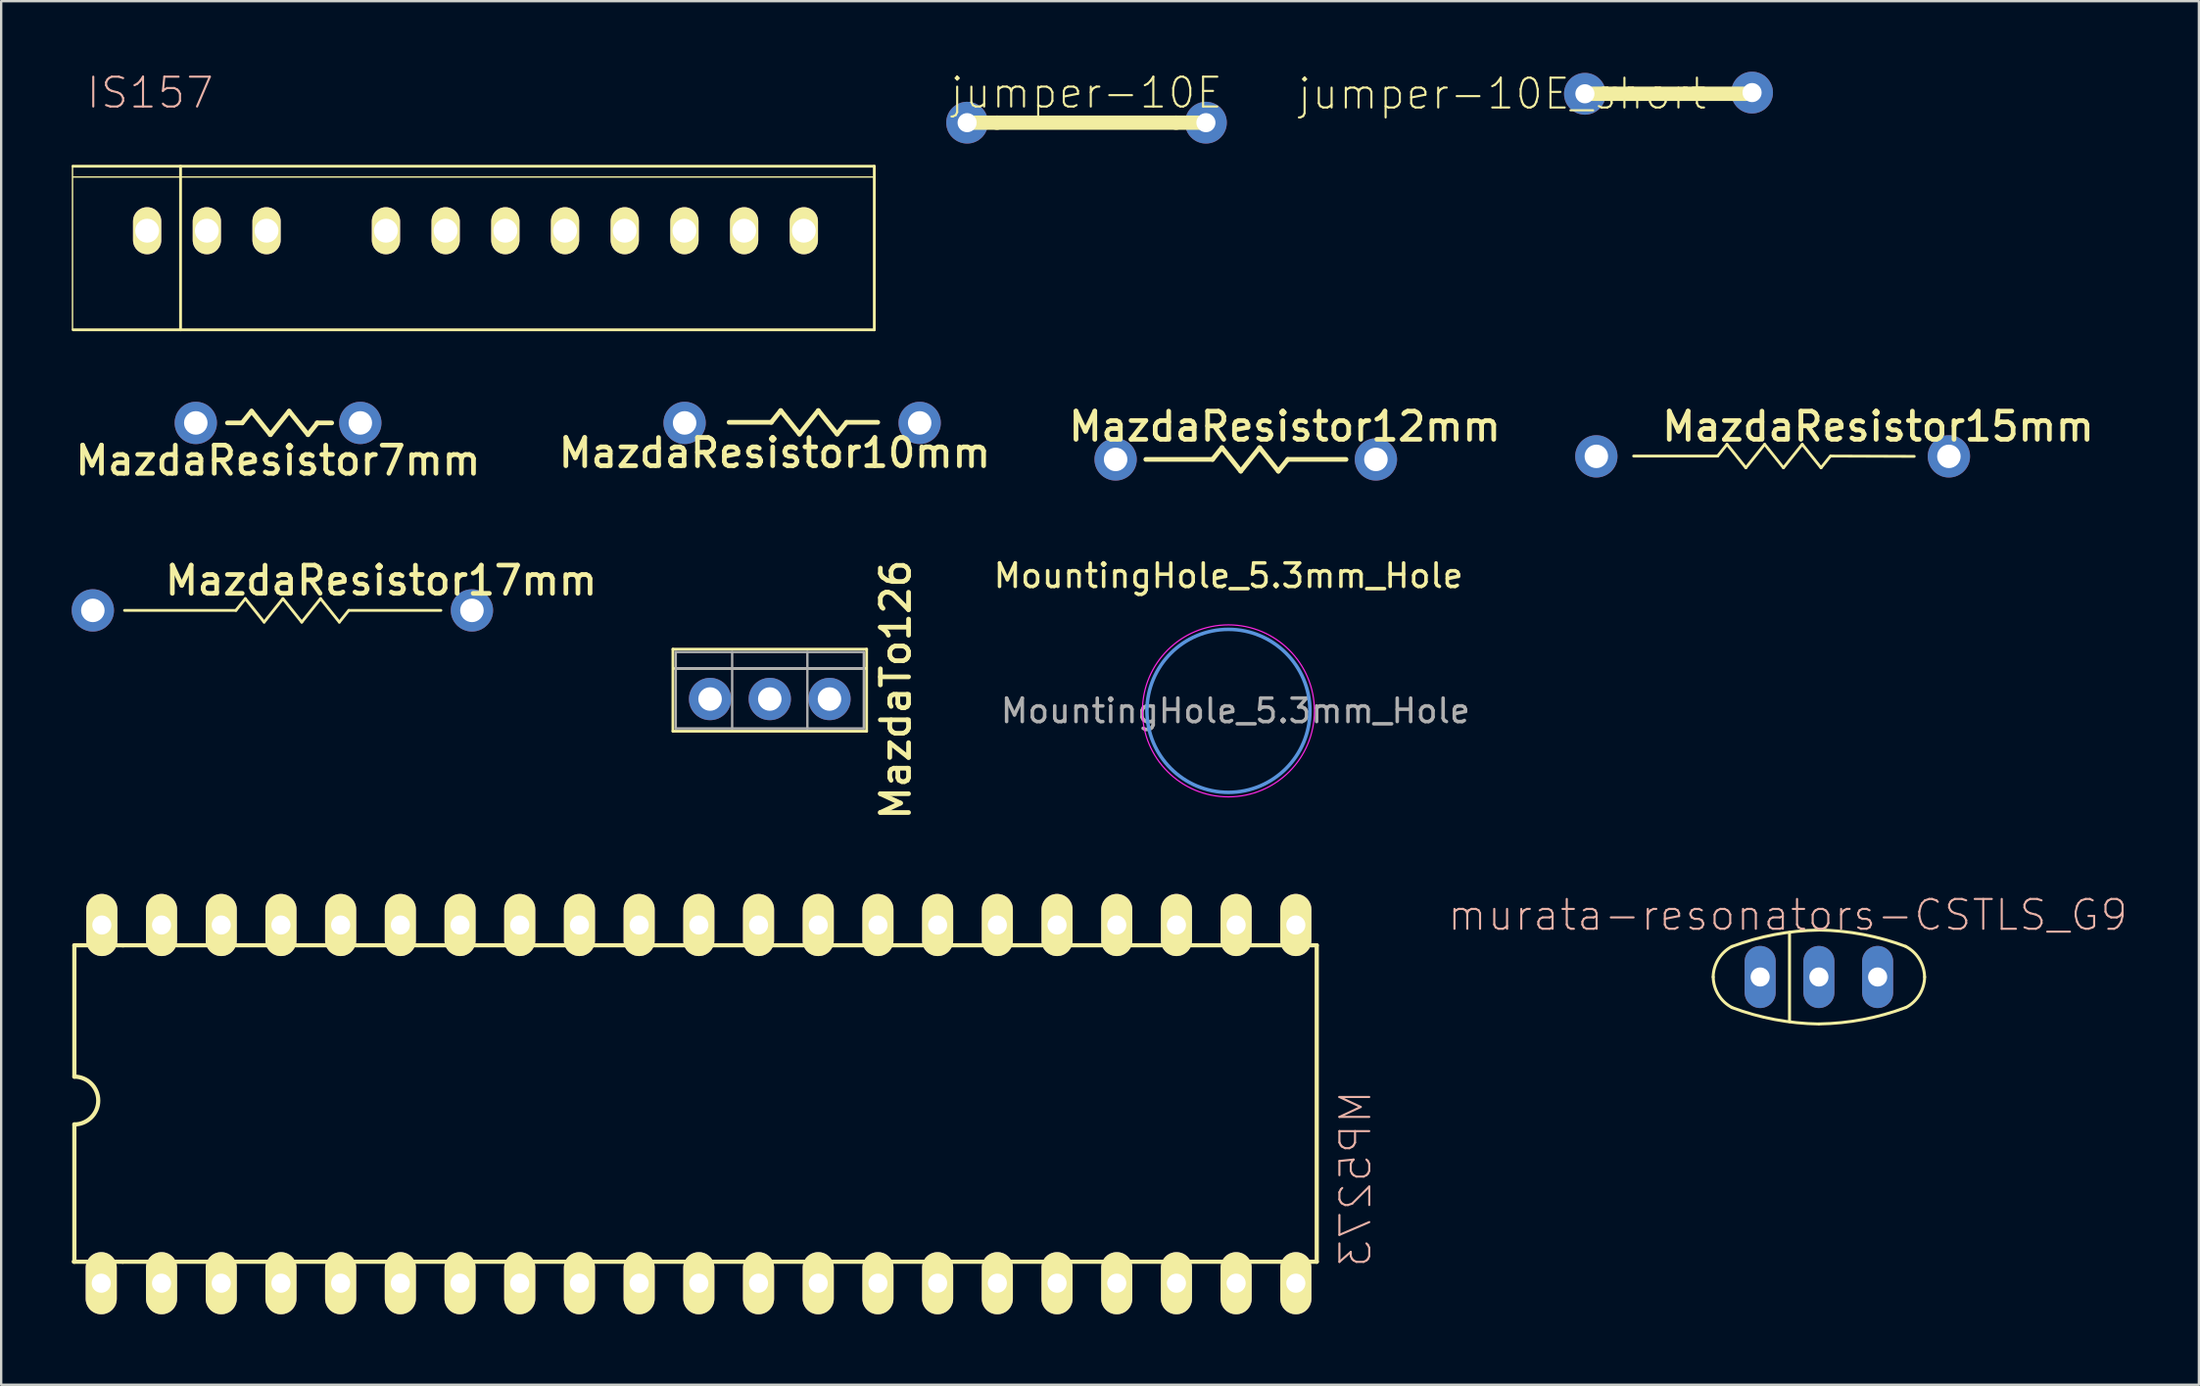
<source format=kicad_pcb>
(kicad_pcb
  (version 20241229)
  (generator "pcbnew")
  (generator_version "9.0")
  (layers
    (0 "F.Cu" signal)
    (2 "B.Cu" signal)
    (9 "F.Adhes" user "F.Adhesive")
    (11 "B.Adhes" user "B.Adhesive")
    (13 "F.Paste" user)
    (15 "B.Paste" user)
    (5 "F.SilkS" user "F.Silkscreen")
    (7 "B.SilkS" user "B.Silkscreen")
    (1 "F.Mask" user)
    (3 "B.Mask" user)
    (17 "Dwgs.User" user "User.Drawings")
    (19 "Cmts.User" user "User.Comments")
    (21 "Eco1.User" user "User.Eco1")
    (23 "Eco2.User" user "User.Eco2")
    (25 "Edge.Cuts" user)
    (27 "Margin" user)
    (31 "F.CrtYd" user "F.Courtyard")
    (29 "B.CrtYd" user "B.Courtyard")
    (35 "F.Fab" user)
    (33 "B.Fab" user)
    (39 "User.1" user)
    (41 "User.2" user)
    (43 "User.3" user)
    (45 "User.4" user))
  (footprint "MP5273"
    (layer "F.Cu")
    (at 37.401 43.925)
    (property "Reference" "MP5273" (at 17.221 3.175 270) (layer "B.SilkS") (effects (font (size 1.27 1.27) (thickness 0.089)) (justify mirror)))
    (attr exclude_from_pos_files exclude_from_bom)
    (fp_line (start -37.287 -6.756) (end -37.287 -1.168) (stroke (width 0.178) (type solid)) (layer "F.SilkS"))
    (fp_line (start -37.287 6.706) (end -37.287 0.864) (stroke (width 0.178) (type solid)) (layer "F.SilkS"))
    (fp_line (start -35.23 -6.756) (end 15.57 -6.756) (stroke (width 0.178) (type solid)) (layer "F.SilkS"))
    (fp_line (start -35.23 6.706) (end -37.313 6.706) (stroke (width 0.178) (type solid)) (layer "F.SilkS"))
    (fp_line (start -35.204 -6.756) (end -37.287 -6.756) (stroke (width 0.178) (type solid)) (layer "F.SilkS"))
    (fp_line (start 15.57 6.706) (end -35.23 6.706) (stroke (width 0.178) (type solid)) (layer "F.SilkS"))
    (fp_line (start 15.57 6.706) (end 15.57 -6.756) (stroke (width 0.178) (type solid)) (layer "F.SilkS"))
    (fp_arc (start -37.2872 -1.1684) (mid -36.2712 -0.1524) (end -37.2872 0.8636) (stroke (width 0.1778) (type solid)) (layer "F.SilkS"))
    (pad "1" thru_hole oval (at 14.681 7.62) (size 1.321 2.642) (drill 0.813) (layers "*.Cu" "F.Mask" "F.SilkS" "F.Paste"))
    (pad "2" thru_hole oval (at 12.141 7.62) (size 1.321 2.642) (drill 0.813) (layers "*.Cu" "F.Mask" "F.SilkS" "F.Paste"))
    (pad "3" thru_hole oval (at 9.601 7.62) (size 1.321 2.642) (drill 0.813) (layers "*.Cu" "F.Mask" "F.SilkS" "F.Paste"))
    (pad "4" thru_hole oval (at 7.061 7.62) (size 1.321 2.642) (drill 0.813) (layers "*.Cu" "F.Mask" "F.SilkS" "F.Paste"))
    (pad "5" thru_hole oval (at 4.521 7.62) (size 1.321 2.642) (drill 0.813) (layers "*.Cu" "F.Mask" "F.SilkS" "F.Paste"))
    (pad "6" thru_hole oval (at 1.981 7.62) (size 1.321 2.642) (drill 0.813) (layers "*.Cu" "F.Mask" "F.SilkS" "F.Paste"))
    (pad "7" thru_hole oval (at -0.559 7.62) (size 1.321 2.642) (drill 0.813) (layers "*.Cu" "F.Mask" "F.SilkS" "F.Paste"))
    (pad "8" thru_hole oval (at -3.099 7.62) (size 1.321 2.642) (drill 0.813) (layers "*.Cu" "F.Mask" "F.SilkS" "F.Paste"))
    (pad "9" thru_hole oval (at -5.639 7.62) (size 1.321 2.642) (drill 0.813) (layers "*.Cu" "F.Mask" "F.SilkS" "F.Paste"))
    (pad "10" thru_hole oval (at -8.179 7.62) (size 1.321 2.642) (drill 0.813) (layers "*.Cu" "F.Mask" "F.SilkS" "F.Paste"))
    (pad "11" thru_hole oval (at -10.719 7.62) (size 1.321 2.642) (drill 0.813) (layers "*.Cu" "F.Mask" "F.SilkS" "F.Paste"))
    (pad "12" thru_hole oval (at -13.259 7.62) (size 1.321 2.642) (drill 0.813) (layers "*.Cu" "F.Mask" "F.SilkS" "F.Paste"))
    (pad "13" thru_hole oval (at -15.799 7.62) (size 1.321 2.642) (drill 0.813) (layers "*.Cu" "F.Mask" "F.SilkS" "F.Paste"))
    (pad "14" thru_hole oval (at -18.339 7.62) (size 1.321 2.642) (drill 0.813) (layers "*.Cu" "F.Mask" "F.SilkS" "F.Paste"))
    (pad "15" thru_hole oval (at -20.879 7.62) (size 1.321 2.642) (drill 0.813) (layers "*.Cu" "F.Mask" "F.SilkS" "F.Paste"))
    (pad "16" thru_hole oval (at -23.419 7.62) (size 1.321 2.642) (drill 0.813) (layers "*.Cu" "F.Mask" "F.SilkS" "F.Paste"))
    (pad "17" thru_hole oval (at -25.959 7.62) (size 1.321 2.642) (drill 0.813) (layers "*.Cu" "F.Mask" "F.SilkS" "F.Paste"))
    (pad "18" thru_hole oval (at -28.499 7.62) (size 1.321 2.642) (drill 0.813) (layers "*.Cu" "F.Mask" "F.SilkS" "F.Paste"))
    (pad "19" thru_hole oval (at -31.039 7.62) (size 1.321 2.642) (drill 0.813) (layers "*.Cu" "F.Mask" "F.SilkS" "F.Paste"))
    (pad "20" thru_hole oval (at -33.579 7.62) (size 1.321 2.642) (drill 0.813) (layers "*.Cu" "F.Mask" "F.SilkS" "F.Paste"))
    (pad "21" thru_hole oval (at -36.144 7.62) (size 1.321 2.642) (drill 0.813) (layers "*.Cu" "F.Mask" "F.SilkS" "F.Paste"))
    (pad "22" thru_hole oval (at -36.119 -7.62) (size 1.321 2.642) (drill 0.813) (layers "*.Cu" "F.Mask" "F.SilkS" "F.Paste"))
    (pad "23" thru_hole oval (at -33.579 -7.62) (size 1.321 2.642) (drill 0.813) (layers "*.Cu" "F.Mask" "F.SilkS" "F.Paste"))
    (pad "24" thru_hole oval (at -31.039 -7.62) (size 1.321 2.642) (drill 0.813) (layers "*.Cu" "F.Mask" "F.SilkS" "F.Paste"))
    (pad "25" thru_hole oval (at -28.499 -7.62) (size 1.321 2.642) (drill 0.813) (layers "*.Cu" "F.Mask" "F.SilkS" "F.Paste"))
    (pad "26" thru_hole oval (at -25.959 -7.62) (size 1.321 2.642) (drill 0.813) (layers "*.Cu" "F.Mask" "F.SilkS" "F.Paste"))
    (pad "27" thru_hole oval (at -23.419 -7.62) (size 1.321 2.642) (drill 0.813) (layers "*.Cu" "F.Mask" "F.SilkS" "F.Paste"))
    (pad "28" thru_hole oval (at -20.879 -7.62) (size 1.321 2.642) (drill 0.813) (layers "*.Cu" "F.Mask" "F.SilkS" "F.Paste"))
    (pad "29" thru_hole oval (at -18.339 -7.62) (size 1.321 2.642) (drill 0.813) (layers "*.Cu" "F.Mask" "F.SilkS" "F.Paste"))
    (pad "30" thru_hole oval (at -15.799 -7.62) (size 1.321 2.642) (drill 0.813) (layers "*.Cu" "F.Mask" "F.SilkS" "F.Paste"))
    (pad "31" thru_hole oval (at -13.259 -7.62) (size 1.321 2.642) (drill 0.813) (layers "*.Cu" "F.Mask" "F.SilkS" "F.Paste"))
    (pad "32" thru_hole oval (at -10.719 -7.62) (size 1.321 2.642) (drill 0.813) (layers "*.Cu" "F.Mask" "F.SilkS" "F.Paste"))
    (pad "33" thru_hole oval (at -8.179 -7.62) (size 1.321 2.642) (drill 0.813) (layers "*.Cu" "F.Mask" "F.SilkS" "F.Paste"))
    (pad "34" thru_hole oval (at -5.639 -7.62) (size 1.321 2.642) (drill 0.813) (layers "*.Cu" "F.Mask" "F.SilkS" "F.Paste"))
    (pad "35" thru_hole oval (at -3.099 -7.62) (size 1.321 2.642) (drill 0.813) (layers "*.Cu" "F.Mask" "F.SilkS" "F.Paste"))
    (pad "36" thru_hole oval (at -0.559 -7.62) (size 1.321 2.642) (drill 0.813) (layers "*.Cu" "F.Mask" "F.SilkS" "F.Paste"))
    (pad "37" thru_hole oval (at 1.981 -7.62) (size 1.321 2.642) (drill 0.813) (layers "*.Cu" "F.Mask" "F.SilkS" "F.Paste"))
    (pad "38" thru_hole oval (at 4.521 -7.62) (size 1.321 2.642) (drill 0.813) (layers "*.Cu" "F.Mask" "F.SilkS" "F.Paste"))
    (pad "39" thru_hole oval (at 7.061 -7.62) (size 1.321 2.642) (drill 0.813) (layers "*.Cu" "F.Mask" "F.SilkS" "F.Paste"))
    (pad "40" thru_hole oval (at 9.601 -7.62) (size 1.321 2.642) (drill 0.813) (layers "*.Cu" "F.Mask" "F.SilkS" "F.Paste"))
    (pad "41" thru_hole oval (at 12.141 -7.62) (size 1.321 2.642) (drill 0.813) (layers "*.Cu" "F.Mask" "F.SilkS" "F.Paste"))
    (pad "42" thru_hole oval (at 14.681 -7.62) (size 1.321 2.642) (drill 0.813) (layers "*.Cu" "F.Mask" "F.SilkS" "F.Paste")))
  (footprint "MazdaResistor12mm"
    (layer "F.Cu")
    (at 44.414 16.496)
    (property "Reference" "MazdaResistor12mm" (at 7.2 -1.4 0) (layer "F.SilkS") (effects (font (size 1.2 1.2) (thickness 0.2))))
    (attr through_hole)
    (fp_line (start 4.124 0) (end 1.284 0) (stroke (width 0.2) (type solid)) (layer "F.SilkS"))
    (fp_line (start 4.124 0) (end 4.524 -0.5) (stroke (width 0.2) (type solid)) (layer "F.SilkS"))
    (fp_line (start 4.524 -0.5) (end 5.324 0.5) (stroke (width 0.2) (type solid)) (layer "F.SilkS"))
    (fp_line (start 5.324 0.5) (end 6.124 -0.5) (stroke (width 0.2) (type solid)) (layer "F.SilkS"))
    (fp_line (start 6.124 -0.5) (end 6.924 0.5) (stroke (width 0.2) (type solid)) (layer "F.SilkS"))
    (fp_line (start 6.924 0.5) (end 7.324 0) (stroke (width 0.2) (type solid)) (layer "F.SilkS"))
    (fp_line (start 7.324 0) (end 9.804 0) (stroke (width 0.2) (type solid)) (layer "F.SilkS"))
    (pad "1" thru_hole circle (at 0 0) (size 1.8 1.8) (drill 1) (layers "*.Cu" "*.Mask"))
    (pad "2" thru_hole oval (at 11.074 0) (size 1.8 1.8) (drill 1) (layers "*.Cu" "*.Mask")))
  (footprint "MazdaResistor17mm"
    (layer "F.Cu")
    (at 0.9 22.919)
    (property "Reference" "MazdaResistor17mm" (at 12.268 -1.27 0) (layer "F.SilkS") (effects (font (size 1.2 1.2) (thickness 0.2))))
    (attr through_hole)
    (fp_line (start 6.088 0) (end 1.348 0) (stroke (width 0.12) (type solid)) (layer "F.SilkS"))
    (fp_line (start 6.088 0) (end 6.488 -0.5) (stroke (width 0.12) (type solid)) (layer "F.SilkS"))
    (fp_line (start 6.488 -0.5) (end 7.288 0.5) (stroke (width 0.12) (type solid)) (layer "F.SilkS"))
    (fp_line (start 7.288 0.5) (end 8.088 -0.5) (stroke (width 0.12) (type solid)) (layer "F.SilkS"))
    (fp_line (start 8.088 -0.5) (end 8.888 0.5) (stroke (width 0.12) (type solid)) (layer "F.SilkS"))
    (fp_line (start 8.888 0.5) (end 9.688 -0.5) (stroke (width 0.12) (type solid)) (layer "F.SilkS"))
    (fp_line (start 9.688 -0.5) (end 10.488 0.5) (stroke (width 0.12) (type solid)) (layer "F.SilkS"))
    (fp_line (start 10.488 0.5) (end 10.888 0) (stroke (width 0.12) (type solid)) (layer "F.SilkS"))
    (fp_line (start 10.898 0) (end 14.808 0) (stroke (width 0.12) (type solid)) (layer "F.SilkS"))
    (pad "1" thru_hole circle (at 0 0) (size 1.8 1.8) (drill 1) (layers "*.Cu" "*.Mask"))
    (pad "2" thru_hole oval (at 16.129 0) (size 1.8 1.8) (drill 1) (layers "*.Cu" "*.Mask")))
  (footprint "jumper-10E_short"
    (layer "F.Cu")
    (at 69.46 0.94)
    (property "Reference" "jumper-10E_short" (at -8.6 0 0) (layer "F.SilkS") (effects (font (size 1.27 1.27) (thickness 0.089))))
    (attr exclude_from_pos_files exclude_from_bom)
    (fp_line (start -5.08 0) (end -3.81 0) (stroke (width 0.61) (type solid)) (layer "F.SilkS"))
    (fp_line (start -3.81 0) (end 1.753 0) (stroke (width 0.61) (type solid)) (layer "F.SilkS"))
    (pad "1" thru_hole circle (at -5.08 0) (size 1.778 1.778) (drill 0.813) (layers "*.Cu" "*.Mask"))
    (pad "2" thru_hole circle (at 2.032 -0.051) (size 1.778 1.778) (drill 0.813) (layers "*.Cu" "*.Mask")))
  (footprint "MazdaResistor15mm"
    (layer "F.Cu")
    (at 64.866 16.366)
    (property "Reference" "MazdaResistor15mm" (at 11.989 -1.27 0) (layer "F.SilkS") (effects (font (size 1.2 1.2) (thickness 0.2))))
    (attr through_hole)
    (fp_line (start 5.161 -0.013) (end 1.587 -0.013) (stroke (width 0.12) (type solid)) (layer "F.SilkS"))
    (fp_line (start 5.161 -0.013) (end 5.561 -0.513) (stroke (width 0.12) (type solid)) (layer "F.SilkS"))
    (fp_line (start 5.561 -0.513) (end 6.361 0.487) (stroke (width 0.12) (type solid)) (layer "F.SilkS"))
    (fp_line (start 6.361 0.487) (end 7.161 -0.513) (stroke (width 0.12) (type solid)) (layer "F.SilkS"))
    (fp_line (start 7.161 -0.513) (end 7.961 0.487) (stroke (width 0.12) (type solid)) (layer "F.SilkS"))
    (fp_line (start 7.961 0.487) (end 8.761 -0.513) (stroke (width 0.12) (type solid)) (layer "F.SilkS"))
    (fp_line (start 8.761 -0.513) (end 9.561 0.487) (stroke (width 0.12) (type solid)) (layer "F.SilkS"))
    (fp_line (start 9.561 0.487) (end 9.961 -0.013) (stroke (width 0.12) (type solid)) (layer "F.SilkS"))
    (fp_line (start 9.971 -0.013) (end 13.525 0) (stroke (width 0.12) (type solid)) (layer "F.SilkS"))
    (pad "1" thru_hole circle (at 0 0) (size 1.8 1.8) (drill 1) (layers "*.Cu" "*.Mask"))
    (pad "2" thru_hole oval (at 15 0) (size 1.8 1.8) (drill 1) (layers "*.Cu" "*.Mask")))
  (footprint "MountingHole_5.3mm_Hole"
    (layer "F.Cu")
    (at 49.214 27.194)
    (property "Reference" "MountingHole_5.3mm_Hole" (at 0 -5.75 0) (layer "F.SilkS") (effects (font (size 1 1) (thickness 0.15))))
    (attr exclude_from_pos_files exclude_from_bom)
    (fp_circle (center 0 0) (end 3.467 -0.064) (stroke (width 0.15) (type solid)) (fill no) (layer "Cmts.User"))
    (fp_circle (center 0 0) (end 3.658 0.064) (stroke (width 0.05) (type solid)) (fill no) (layer "F.CrtYd"))
    (fp_text user "${REFERENCE}" (at 0.3 0 0) (layer "F.Fab") (effects (font (size 1 1) (thickness 0.15)))))
  (footprint "MazdaTo126"
    (layer "F.Cu")
    (at 27.16 26.69)
    (property "Reference" "MazdaTo126" (at 7.9 -0.4 270) (layer "F.SilkS") (effects (font (size 1.2 1.2) (thickness 0.2))))
    (attr through_hole)
    (fp_line (start -1.58 -2.12) (end -1.58 1.37) (stroke (width 0.12) (type solid)) (layer "F.SilkS"))
    (fp_line (start -1.58 -2.12) (end 6.66 -2.12) (stroke (width 0.12) (type solid)) (layer "F.SilkS"))
    (fp_line (start -1.58 1.37) (end 6.66 1.37) (stroke (width 0.12) (type solid)) (layer "F.SilkS"))
    (fp_line (start -1.5 -1.3) (end 6.6 -1.3) (stroke (width 0.12) (type solid)) (layer "F.SilkS"))
    (fp_line (start 6.66 -2.12) (end 6.66 1.37) (stroke (width 0.12) (type solid)) (layer "F.SilkS"))
    (fp_line (start -1.46 -2) (end -1.46 1.25) (stroke (width 0.1) (type solid)) (layer "F.Fab"))
    (fp_line (start -1.46 1.25) (end 6.54 1.25) (stroke (width 0.1) (type solid)) (layer "F.Fab"))
    (fp_line (start -1.4 -1.3) (end 6.5 -1.3) (stroke (width 0.12) (type solid)) (layer "F.Fab"))
    (fp_line (start 0.94 -2) (end 0.94 1.25) (stroke (width 0.1) (type solid)) (layer "F.Fab"))
    (fp_line (start 4.14 -2) (end 4.14 1.25) (stroke (width 0.1) (type solid)) (layer "F.Fab"))
    (fp_line (start 6.54 -2) (end -1.46 -2) (stroke (width 0.1) (type solid)) (layer "F.Fab"))
    (fp_line (start 6.54 1.25) (end 6.54 -2) (stroke (width 0.1) (type solid)) (layer "F.Fab"))
    (pad "1" thru_hole circle (at 0 0) (size 1.8 1.8) (drill 1) (layers "*.Cu" "*.Mask"))
    (pad "2" thru_hole oval (at 2.54 0) (size 1.8 1.8) (drill 1) (layers "*.Cu" "*.Mask"))
    (pad "3" thru_hole oval (at 5.08 0) (size 1.8 1.8) (drill 1) (layers "*.Cu" "*.Mask")))
  (footprint "jumper-10E"
    (layer "F.Cu")
    (at 43.176 2.169)
    (property "Reference" "jumper-10E" (at 0 -1.27 0) (layer "F.SilkS") (effects (font (size 1.27 1.27) (thickness 0.089))))
    (attr exclude_from_pos_files exclude_from_bom)
    (fp_line (start -5.08 0) (end -3.81 0) (stroke (width 0.61) (type solid)) (layer "F.SilkS"))
    (fp_line (start -3.81 0) (end 3.81 0) (stroke (width 0.61) (type solid)) (layer "F.SilkS"))
    (fp_line (start 5.08 0) (end 3.81 0) (stroke (width 0.61) (type solid)) (layer "F.SilkS"))
    (pad "1" thru_hole circle (at -5.08 0) (size 1.778 1.778) (drill 0.813) (layers "*.Cu" "*.Mask"))
    (pad "2" thru_hole circle (at 5.08 0) (size 1.778 1.778) (drill 0.813) (layers "*.Cu" "*.Mask")))
  (footprint "murata-resonators-CSTLS_G9"
    (layer "F.Cu")
    (at 74.335 38.517)
    (property "Reference" "murata-resonators-CSTLS_G9" (at -1.323 -2.634 0) (layer "B.SilkS") (effects (font (size 1.27 1.27) (thickness 0.089))))
    (attr exclude_from_pos_files exclude_from_bom)
    (fp_line (start -1.25 -1.9) (end -1.25 1.9) (stroke (width 0.127) (type solid)) (layer "F.SilkS"))
    (fp_arc (start -4.49834 0) (mid -4.277403 -0.758198) (end -3.70175 -1.298847) (stroke (width 0.127) (type solid)) (layer "F.SilkS"))
    (fp_arc (start -3.69824 -1.29794) (mid -1.879799 -1.806614) (end -0.001146 -1.99671) (stroke (width 0.127) (type solid)) (layer "F.SilkS"))
    (fp_arc (start -3.69824 1.29794) (mid -4.273919 0.759201) (end -4.49585 0.002635) (stroke (width 0.127) (type solid)) (layer "F.SilkS"))
    (fp_arc (start 0 -1.99898) (mid 1.879059 -1.809046) (end 3.697927 -1.300463) (stroke (width 0.127) (type solid)) (layer "F.SilkS"))
    (fp_arc (start 0 1.99898) (mid -1.879059 1.809046) (end -3.697927 1.300463) (stroke (width 0.127) (type solid)) (layer "F.SilkS"))
    (fp_arc (start 3.69824 -1.29794) (mid 4.273919 -0.759201) (end 4.49585 -0.002635) (stroke (width 0.127) (type solid)) (layer "F.SilkS"))
    (fp_arc (start 3.69824 1.29794) (mid 1.879799 1.806614) (end 0.001146 1.99671) (stroke (width 0.127) (type solid)) (layer "F.SilkS"))
    (fp_arc (start 4.49834 0) (mid 4.277403 0.758198) (end 3.70175 1.298847) (stroke (width 0.127) (type solid)) (layer "F.SilkS"))
    (pad "1" thru_hole oval (at -2.499 0) (size 1.321 2.642) (drill 0.813) (layers "*.Cu" "*.Mask"))
    (pad "2" thru_hole oval (at 0 0) (size 1.321 2.642) (drill 0.813) (layers "*.Cu" "*.Mask"))
    (pad "3" thru_hole oval (at 2.499 0) (size 1.321 2.642) (drill 0.813) (layers "*.Cu" "*.Mask")))
  (footprint "MazdaResistor7mm"
    (layer "F.Cu")
    (at 5.28 14.943)
    (property "Reference" "MazdaResistor7mm" (at 3.5 1.6 180) (layer "F.SilkS") (effects (font (size 1.2 1.2) (thickness 0.2))))
    (attr through_hole)
    (fp_line (start 1.973 0) (end 1.346 0) (stroke (width 0.2) (type solid)) (layer "F.SilkS"))
    (fp_line (start 1.973 0) (end 2.373 -0.5) (stroke (width 0.2) (type solid)) (layer "F.SilkS"))
    (fp_line (start 2.373 -0.5) (end 3.173 0.5) (stroke (width 0.2) (type solid)) (layer "F.SilkS"))
    (fp_line (start 3.173 0.5) (end 3.973 -0.5) (stroke (width 0.2) (type solid)) (layer "F.SilkS"))
    (fp_line (start 3.973 -0.5) (end 4.773 0.5) (stroke (width 0.2) (type solid)) (layer "F.SilkS"))
    (fp_line (start 4.773 0.5) (end 5.173 0) (stroke (width 0.2) (type solid)) (layer "F.SilkS"))
    (fp_line (start 5.782 0) (end 5.155 0) (stroke (width 0.2) (type solid)) (layer "F.SilkS"))
    (pad "1" thru_hole circle (at 0 0) (size 1.8 1.8) (drill 1) (layers "*.Cu" "*.Mask"))
    (pad "2" thru_hole oval (at 7 0) (size 1.8 1.8) (drill 1) (layers "*.Cu" "*.Mask")))
  (footprint "IS157"
    (layer "F.Cu")
    (at 3.21 6.766)
    (property "Reference" "IS157" (at 0.127 -5.867 0) (layer "B.SilkS") (effects (font (size 1.27 1.27) (thickness 0.089))))
    (attr exclude_from_pos_files exclude_from_bom)
    (fp_line (start -3.175 4.191) (end -3.175 -2.769) (stroke (width 0.06) (type solid)) (layer "F.SilkS"))
    (fp_line (start -3.15 -2.743) (end 30.937 -2.743) (stroke (width 0.12) (type solid)) (layer "F.SilkS"))
    (fp_line (start -3.15 -2.286) (end 30.937 -2.286) (stroke (width 0.06) (type solid)) (layer "F.SilkS"))
    (fp_line (start -3.15 4.216) (end 30.937 4.216) (stroke (width 0.12) (type solid)) (layer "F.SilkS"))
    (fp_line (start 1.422 4.216) (end 1.422 -2.743) (stroke (width 0.12) (type solid)) (layer "F.SilkS"))
    (fp_line (start 30.937 4.216) (end 30.937 -2.743) (stroke (width 0.12) (type solid)) (layer "F.SilkS"))
    (pad "1" thru_hole oval (at 0 0) (size 1.2 2) (drill 1.016) (layers "*.Cu" "F.Mask" "F.SilkS" "F.Paste"))
    (pad "2" thru_hole oval (at 2.54 0) (size 1.2 2) (drill 1.016) (layers "*.Cu" "F.Mask" "F.SilkS" "F.Paste"))
    (pad "3" thru_hole oval (at 5.08 0) (size 1.2 2) (drill 1.016) (layers "*.Cu" "F.Mask" "F.SilkS" "F.Paste"))
    (pad "4" thru_hole oval (at 10.16 0) (size 1.2 2) (drill 1.016) (layers "*.Cu" "F.Mask" "F.SilkS" "F.Paste"))
    (pad "5" thru_hole oval (at 12.7 0) (size 1.2 2) (drill 1.016) (layers "*.Cu" "F.Mask" "F.SilkS" "F.Paste"))
    (pad "6" thru_hole oval (at 15.24 0) (size 1.2 2) (drill 1.016) (layers "*.Cu" "F.Mask" "F.SilkS" "F.Paste"))
    (pad "7" thru_hole oval (at 17.78 0) (size 1.2 2) (drill 1.016) (layers "*.Cu" "F.Mask" "F.SilkS" "F.Paste"))
    (pad "8" thru_hole oval (at 20.32 0) (size 1.2 2) (drill 1.016) (layers "*.Cu" "F.Mask" "F.SilkS" "F.Paste"))
    (pad "9" thru_hole oval (at 22.86 0) (size 1.2 2) (drill 1.016) (layers "*.Cu" "F.Mask" "F.SilkS" "F.Paste"))
    (pad "10" thru_hole oval (at 25.4 0) (size 1.2 2) (drill 1.016) (layers "*.Cu" "F.Mask" "F.SilkS" "F.Paste"))
    (pad "11" thru_hole oval (at 27.94 0) (size 1.2 2) (drill 1.016) (layers "*.Cu" "F.Mask" "F.SilkS" "F.Paste")))
  (footprint "MazdaResistor10mm"
    (layer "F.Cu")
    (at 26.077 14.943)
    (property "Reference" "MazdaResistor10mm" (at 3.834 1.275 0) (layer "F.SilkS") (effects (font (size 1.2 1.2) (thickness 0.2))))
    (attr through_hole)
    (fp_line (start 3.688 -0.025) (end 1.892 -0.025) (stroke (width 0.2) (type solid)) (layer "F.SilkS"))
    (fp_line (start 3.688 -0.025) (end 4.088 -0.525) (stroke (width 0.2) (type solid)) (layer "F.SilkS"))
    (fp_line (start 4.088 -0.525) (end 4.888 0.475) (stroke (width 0.2) (type solid)) (layer "F.SilkS"))
    (fp_line (start 4.888 0.475) (end 5.688 -0.525) (stroke (width 0.2) (type solid)) (layer "F.SilkS"))
    (fp_line (start 5.688 -0.525) (end 6.488 0.475) (stroke (width 0.2) (type solid)) (layer "F.SilkS"))
    (fp_line (start 6.488 0.475) (end 6.888 -0.025) (stroke (width 0.2) (type solid)) (layer "F.SilkS"))
    (fp_line (start 6.888 -0.025) (end 8.217 -0.025) (stroke (width 0.2) (type solid)) (layer "F.SilkS"))
    (pad "1" thru_hole circle (at 0 0) (size 1.8 1.8) (drill 1) (layers "*.Cu" "*.Mask"))
    (pad "2" thru_hole oval (at 10 0) (size 1.8 1.8) (drill 1) (layers "*.Cu" "*.Mask")))
  (gr_rect
    (start -3 -3)
    (end 90.502 55.866)
    (stroke (width 0.1) (type default))
    (fill no)
    (layer "Edge.Cuts")))
</source>
